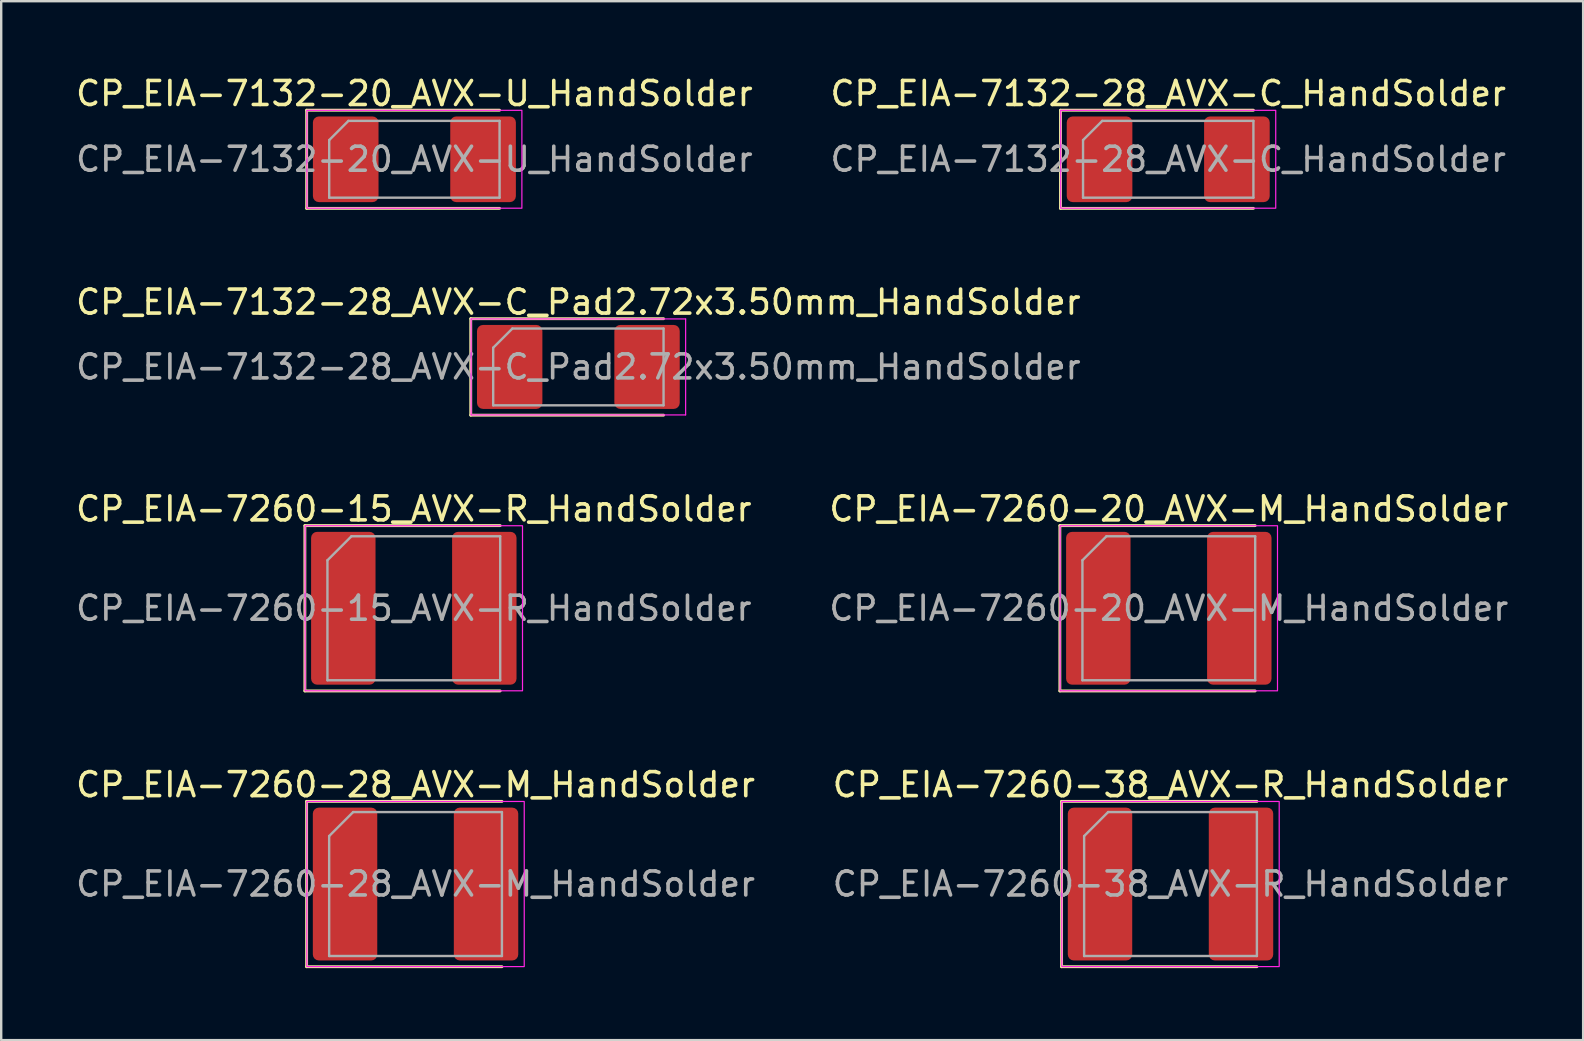
<source format=kicad_pcb>
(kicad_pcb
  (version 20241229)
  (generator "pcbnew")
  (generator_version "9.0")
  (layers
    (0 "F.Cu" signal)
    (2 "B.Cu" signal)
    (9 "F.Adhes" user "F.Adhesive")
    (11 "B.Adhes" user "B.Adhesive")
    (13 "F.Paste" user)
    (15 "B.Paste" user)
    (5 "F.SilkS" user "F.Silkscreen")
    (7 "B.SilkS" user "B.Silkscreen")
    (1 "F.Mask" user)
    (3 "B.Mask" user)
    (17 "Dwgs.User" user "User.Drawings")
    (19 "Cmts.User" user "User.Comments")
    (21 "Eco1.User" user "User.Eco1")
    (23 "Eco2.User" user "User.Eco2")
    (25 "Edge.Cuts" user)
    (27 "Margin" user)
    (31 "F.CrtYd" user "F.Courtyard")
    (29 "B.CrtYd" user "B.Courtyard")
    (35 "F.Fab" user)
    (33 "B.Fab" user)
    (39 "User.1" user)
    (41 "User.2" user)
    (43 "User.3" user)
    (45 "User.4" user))
  (footprint "CP_EIA-7260-28_AVX-M_HandSolder"
    (layer "F.Cu")
    (at 14.268 33.793)
    (property "Reference" "CP_EIA-7260-28_AVX-M_HandSolder" (at 0 -4.14 0) (layer "F.SilkS") (effects (font (size 1 1) (thickness 0.15))))
    (attr smd)
    (fp_line (start -4.54 -3.445) (end -4.54 3.445) (stroke (width 0.12) (type solid)) (layer "F.SilkS"))
    (fp_line (start -4.54 3.445) (end 3.6 3.445) (stroke (width 0.12) (type solid)) (layer "F.SilkS"))
    (fp_line (start 3.6 -3.445) (end -4.54 -3.445) (stroke (width 0.12) (type solid)) (layer "F.SilkS"))
    (fp_rect (start -4.53 -3.44) (end 4.53 3.44) (stroke (width 0.05) (type solid)) (fill no) (layer "F.CrtYd"))
    (fp_line (start -3.6 -2) (end -3.6 3) (stroke (width 0.1) (type solid)) (layer "F.Fab"))
    (fp_line (start -3.6 3) (end 3.6 3) (stroke (width 0.1) (type solid)) (layer "F.Fab"))
    (fp_line (start -2.6 -3) (end -3.6 -2) (stroke (width 0.1) (type solid)) (layer "F.Fab"))
    (fp_line (start 3.6 -3) (end -2.6 -3) (stroke (width 0.1) (type solid)) (layer "F.Fab"))
    (fp_line (start 3.6 3) (end 3.6 -3) (stroke (width 0.1) (type solid)) (layer "F.Fab"))
    (fp_text user "${REFERENCE}" (at 0 0 0) (layer "F.Fab") (effects (font (size 1 1) (thickness 0.15))))
    (pad "1" smd roundrect (at -2.938 0) (size 2.685 6.37) (layers "F.Cu" "F.Mask" "F.Paste") (roundrect_rratio 0.093))
    (pad "2" smd roundrect (at 2.938 0) (size 2.685 6.37) (layers "F.Cu" "F.Mask" "F.Paste") (roundrect_rratio 0.093)))
  (footprint "CP_EIA-7260-38_AVX-R_HandSolder"
    (layer "F.Cu")
    (at 45.732 33.793)
    (property "Reference" "CP_EIA-7260-38_AVX-R_HandSolder" (at 0 -4.14 0) (layer "F.SilkS") (effects (font (size 1 1) (thickness 0.15))))
    (attr smd)
    (fp_line (start -4.54 -3.445) (end -4.54 3.445) (stroke (width 0.12) (type solid)) (layer "F.SilkS"))
    (fp_line (start -4.54 3.445) (end 3.6 3.445) (stroke (width 0.12) (type solid)) (layer "F.SilkS"))
    (fp_line (start 3.6 -3.445) (end -4.54 -3.445) (stroke (width 0.12) (type solid)) (layer "F.SilkS"))
    (fp_rect (start -4.53 -3.44) (end 4.53 3.44) (stroke (width 0.05) (type solid)) (fill no) (layer "F.CrtYd"))
    (fp_line (start -3.6 -2) (end -3.6 3) (stroke (width 0.1) (type solid)) (layer "F.Fab"))
    (fp_line (start -3.6 3) (end 3.6 3) (stroke (width 0.1) (type solid)) (layer "F.Fab"))
    (fp_line (start -2.6 -3) (end -3.6 -2) (stroke (width 0.1) (type solid)) (layer "F.Fab"))
    (fp_line (start 3.6 -3) (end -2.6 -3) (stroke (width 0.1) (type solid)) (layer "F.Fab"))
    (fp_line (start 3.6 3) (end 3.6 -3) (stroke (width 0.1) (type solid)) (layer "F.Fab"))
    (fp_text user "${REFERENCE}" (at 0 0 0) (layer "F.Fab") (effects (font (size 1 1) (thickness 0.15))))
    (pad "1" smd roundrect (at -2.938 0) (size 2.685 6.37) (layers "F.Cu" "F.Mask" "F.Paste") (roundrect_rratio 0.093))
    (pad "2" smd roundrect (at 2.938 0) (size 2.685 6.37) (layers "F.Cu" "F.Mask" "F.Paste") (roundrect_rratio 0.093)))
  (footprint "CP_EIA-7260-20_AVX-M_HandSolder"
    (layer "F.Cu")
    (at 45.661 22.3)
    (property "Reference" "CP_EIA-7260-20_AVX-M_HandSolder" (at 0 -4.14 0) (layer "F.SilkS") (effects (font (size 1 1) (thickness 0.15))))
    (attr smd)
    (fp_line (start -4.54 -3.445) (end -4.54 3.445) (stroke (width 0.12) (type solid)) (layer "F.SilkS"))
    (fp_line (start -4.54 3.445) (end 3.6 3.445) (stroke (width 0.12) (type solid)) (layer "F.SilkS"))
    (fp_line (start 3.6 -3.445) (end -4.54 -3.445) (stroke (width 0.12) (type solid)) (layer "F.SilkS"))
    (fp_rect (start -4.53 -3.44) (end 4.53 3.44) (stroke (width 0.05) (type solid)) (fill no) (layer "F.CrtYd"))
    (fp_line (start -3.6 -2) (end -3.6 3) (stroke (width 0.1) (type solid)) (layer "F.Fab"))
    (fp_line (start -3.6 3) (end 3.6 3) (stroke (width 0.1) (type solid)) (layer "F.Fab"))
    (fp_line (start -2.6 -3) (end -3.6 -2) (stroke (width 0.1) (type solid)) (layer "F.Fab"))
    (fp_line (start 3.6 -3) (end -2.6 -3) (stroke (width 0.1) (type solid)) (layer "F.Fab"))
    (fp_line (start 3.6 3) (end 3.6 -3) (stroke (width 0.1) (type solid)) (layer "F.Fab"))
    (fp_text user "${REFERENCE}" (at 0 0 0) (layer "F.Fab") (effects (font (size 1 1) (thickness 0.15))))
    (pad "1" smd roundrect (at -2.938 0) (size 2.685 6.37) (layers "F.Cu" "F.Mask" "F.Paste") (roundrect_rratio 0.093))
    (pad "2" smd roundrect (at 2.938 0) (size 2.685 6.37) (layers "F.Cu" "F.Mask" "F.Paste") (roundrect_rratio 0.093)))
  (footprint "CP_EIA-7260-15_AVX-R_HandSolder"
    (layer "F.Cu")
    (at 14.196 22.3)
    (property "Reference" "CP_EIA-7260-15_AVX-R_HandSolder" (at 0 -4.14 0) (layer "F.SilkS") (effects (font (size 1 1) (thickness 0.15))))
    (attr smd)
    (fp_line (start -4.54 -3.445) (end -4.54 3.445) (stroke (width 0.12) (type solid)) (layer "F.SilkS"))
    (fp_line (start -4.54 3.445) (end 3.6 3.445) (stroke (width 0.12) (type solid)) (layer "F.SilkS"))
    (fp_line (start 3.6 -3.445) (end -4.54 -3.445) (stroke (width 0.12) (type solid)) (layer "F.SilkS"))
    (fp_rect (start -4.53 -3.44) (end 4.53 3.44) (stroke (width 0.05) (type solid)) (fill no) (layer "F.CrtYd"))
    (fp_line (start -3.6 -2) (end -3.6 3) (stroke (width 0.1) (type solid)) (layer "F.Fab"))
    (fp_line (start -3.6 3) (end 3.6 3) (stroke (width 0.1) (type solid)) (layer "F.Fab"))
    (fp_line (start -2.6 -3) (end -3.6 -2) (stroke (width 0.1) (type solid)) (layer "F.Fab"))
    (fp_line (start 3.6 -3) (end -2.6 -3) (stroke (width 0.1) (type solid)) (layer "F.Fab"))
    (fp_line (start 3.6 3) (end 3.6 -3) (stroke (width 0.1) (type solid)) (layer "F.Fab"))
    (fp_text user "${REFERENCE}" (at 0 0 0) (layer "F.Fab") (effects (font (size 1 1) (thickness 0.15))))
    (pad "1" smd roundrect (at -2.938 0) (size 2.685 6.37) (layers "F.Cu" "F.Mask" "F.Paste") (roundrect_rratio 0.093))
    (pad "2" smd roundrect (at 2.938 0) (size 2.685 6.37) (layers "F.Cu" "F.Mask" "F.Paste") (roundrect_rratio 0.093)))
  (footprint "CP_EIA-7132-28_AVX-C_Pad2.72x3.50mm_HandSolder"
    (layer "F.Cu")
    (at 21.054 12.242)
    (property "Reference" "CP_EIA-7132-28_AVX-C_Pad2.72x3.50mm_HandSolder" (at 0 -2.7 0) (layer "F.SilkS") (effects (font (size 1 1) (thickness 0.15))))
    (attr smd)
    (fp_line (start -4.485 -2.01) (end -4.485 2.01) (stroke (width 0.12) (type solid)) (layer "F.SilkS"))
    (fp_line (start -4.485 2.01) (end 3.55 2.01) (stroke (width 0.12) (type solid)) (layer "F.SilkS"))
    (fp_line (start 3.55 -2.01) (end -4.485 -2.01) (stroke (width 0.12) (type solid)) (layer "F.SilkS"))
    (fp_line (start -4.47 -2) (end 4.47 -2) (stroke (width 0.05) (type solid)) (layer "F.CrtYd"))
    (fp_line (start -4.47 2) (end -4.47 -2) (stroke (width 0.05) (type solid)) (layer "F.CrtYd"))
    (fp_line (start 4.47 -2) (end 4.47 2) (stroke (width 0.05) (type solid)) (layer "F.CrtYd"))
    (fp_line (start 4.47 2) (end -4.47 2) (stroke (width 0.05) (type solid)) (layer "F.CrtYd"))
    (fp_line (start -3.55 -0.8) (end -3.55 1.6) (stroke (width 0.1) (type solid)) (layer "F.Fab"))
    (fp_line (start -3.55 1.6) (end 3.55 1.6) (stroke (width 0.1) (type solid)) (layer "F.Fab"))
    (fp_line (start -2.75 -1.6) (end -3.55 -0.8) (stroke (width 0.1) (type solid)) (layer "F.Fab"))
    (fp_line (start 3.55 -1.6) (end -2.75 -1.6) (stroke (width 0.1) (type solid)) (layer "F.Fab"))
    (fp_line (start 3.55 1.6) (end 3.55 -1.6) (stroke (width 0.1) (type solid)) (layer "F.Fab"))
    (fp_text user "${REFERENCE}" (at 0 0 0) (layer "F.Fab") (effects (font (size 1 1) (thickness 0.15))))
    (pad "1" smd roundrect (at -2.862 0) (size 2.725 3.5) (layers "F.Cu" "F.Mask" "F.Paste") (roundrect_rratio 0.092))
    (pad "2" smd roundrect (at 2.862 0) (size 2.725 3.5) (layers "F.Cu" "F.Mask" "F.Paste") (roundrect_rratio 0.092)))
  (footprint "CP_EIA-7132-20_AVX-U_HandSolder"
    (layer "F.Cu")
    (at 14.22 3.588)
    (property "Reference" "CP_EIA-7132-20_AVX-U_HandSolder" (at 0 -2.74 0) (layer "F.SilkS") (effects (font (size 1 1) (thickness 0.15))))
    (attr smd)
    (fp_line (start -4.49 -2.045) (end -4.49 2.045) (stroke (width 0.12) (type solid)) (layer "F.SilkS"))
    (fp_line (start -4.49 2.045) (end 3.55 2.045) (stroke (width 0.12) (type solid)) (layer "F.SilkS"))
    (fp_line (start 3.55 -2.045) (end -4.49 -2.045) (stroke (width 0.12) (type solid)) (layer "F.SilkS"))
    (fp_rect (start -4.48 -2.04) (end 4.48 2.04) (stroke (width 0.05) (type solid)) (fill no) (layer "F.CrtYd"))
    (fp_line (start -3.55 -0.8) (end -3.55 1.6) (stroke (width 0.1) (type solid)) (layer "F.Fab"))
    (fp_line (start -3.55 1.6) (end 3.55 1.6) (stroke (width 0.1) (type solid)) (layer "F.Fab"))
    (fp_line (start -2.75 -1.6) (end -3.55 -0.8) (stroke (width 0.1) (type solid)) (layer "F.Fab"))
    (fp_line (start 3.55 -1.6) (end -2.75 -1.6) (stroke (width 0.1) (type solid)) (layer "F.Fab"))
    (fp_line (start 3.55 1.6) (end 3.55 -1.6) (stroke (width 0.1) (type solid)) (layer "F.Fab"))
    (fp_text user "${REFERENCE}" (at 0 0 0) (layer "F.Fab") (effects (font (size 1 1) (thickness 0.15))))
    (pad "1" smd roundrect (at -2.862 0) (size 2.735 3.57) (layers "F.Cu" "F.Mask" "F.Paste") (roundrect_rratio 0.091))
    (pad "2" smd roundrect (at 2.862 0) (size 2.735 3.57) (layers "F.Cu" "F.Mask" "F.Paste") (roundrect_rratio 0.091)))
  (footprint "CP_EIA-7132-28_AVX-C_HandSolder"
    (layer "F.Cu")
    (at 45.637 3.588)
    (property "Reference" "CP_EIA-7132-28_AVX-C_HandSolder" (at 0 -2.74 0) (layer "F.SilkS") (effects (font (size 1 1) (thickness 0.15))))
    (attr smd)
    (fp_line (start -4.49 -2.045) (end -4.49 2.045) (stroke (width 0.12) (type solid)) (layer "F.SilkS"))
    (fp_line (start -4.49 2.045) (end 3.55 2.045) (stroke (width 0.12) (type solid)) (layer "F.SilkS"))
    (fp_line (start 3.55 -2.045) (end -4.49 -2.045) (stroke (width 0.12) (type solid)) (layer "F.SilkS"))
    (fp_rect (start -4.48 -2.04) (end 4.48 2.04) (stroke (width 0.05) (type solid)) (fill no) (layer "F.CrtYd"))
    (fp_line (start -3.55 -0.8) (end -3.55 1.6) (stroke (width 0.1) (type solid)) (layer "F.Fab"))
    (fp_line (start -3.55 1.6) (end 3.55 1.6) (stroke (width 0.1) (type solid)) (layer "F.Fab"))
    (fp_line (start -2.75 -1.6) (end -3.55 -0.8) (stroke (width 0.1) (type solid)) (layer "F.Fab"))
    (fp_line (start 3.55 -1.6) (end -2.75 -1.6) (stroke (width 0.1) (type solid)) (layer "F.Fab"))
    (fp_line (start 3.55 1.6) (end 3.55 -1.6) (stroke (width 0.1) (type solid)) (layer "F.Fab"))
    (fp_text user "${REFERENCE}" (at 0 0 0) (layer "F.Fab") (effects (font (size 1 1) (thickness 0.15))))
    (pad "1" smd roundrect (at -2.862 0) (size 2.735 3.57) (layers "F.Cu" "F.Mask" "F.Paste") (roundrect_rratio 0.091))
    (pad "2" smd roundrect (at 2.862 0) (size 2.735 3.57) (layers "F.Cu" "F.Mask" "F.Paste") (roundrect_rratio 0.091)))
  (gr_rect
    (start -3 -3)
    (end 62.929 40.298)
    (stroke (width 0.1) (type default))
    (fill no)
    (layer "Edge.Cuts")))
</source>
